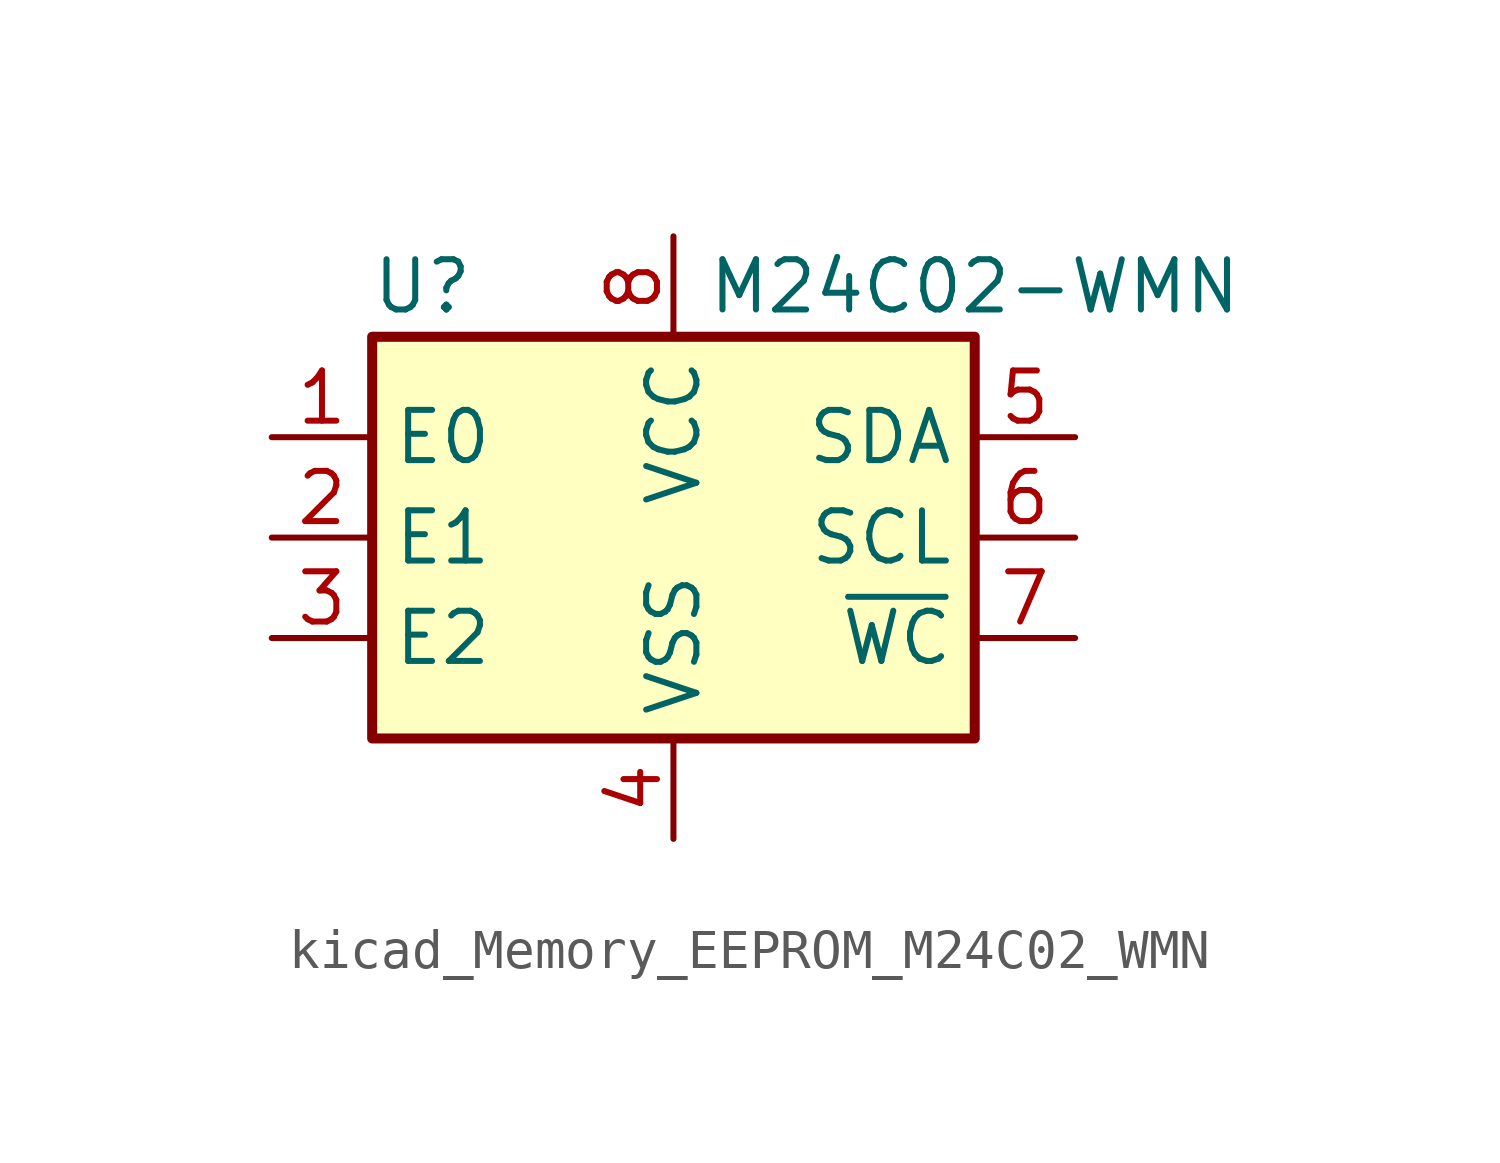
<source format=kicad_sym>
(kicad_symbol_lib
  (version 20220914)
  (generator kicad_symbol_editor)
  (symbol "kicad_Memory_EEPROM_M24C02_WMN"
    (property "Reference" "U"
      (at -6.35 6.35 0)
      (effects (font (size 1.27 1.27))))
    (property "Value" "M24C02-WMN"
      (at 7.62 6.35 0)
      (effects (font (size 1.27 1.27))))
    (symbol "kicad_Memory_EEPROM_M24C02_WMN_0_1"
      (rectangle (start -7.62 5.08) (end 7.62 -5.08) (stroke (width 0.254) (type default)) (fill (type background))))
    (symbol "kicad_Memory_EEPROM_M24C02_WMN_1_1"
      (pin input line (at -10.16 2.54 0) (length 2.54) (name "E0" (effects (font (size 1.27 1.27)))) (number "1" (effects (font (size 1.27 1.27)))))
      (pin input line (at -10.16 0 0) (length 2.54) (name "E1" (effects (font (size 1.27 1.27)))) (number "2" (effects (font (size 1.27 1.27)))))
      (pin input line (at -10.16 -2.54 0) (length 2.54) (name "E2" (effects (font (size 1.27 1.27)))) (number "3" (effects (font (size 1.27 1.27)))))
      (pin power_in line (at 0 -7.62 90) (length 2.54) (name "VSS" (effects (font (size 1.27 1.27)))) (number "4" (effects (font (size 1.27 1.27)))))
      (pin bidirectional line (at 10.16 2.54 180) (length 2.54) (name "SDA" (effects (font (size 1.27 1.27)))) (number "5" (effects (font (size 1.27 1.27)))))
      (pin input line (at 10.16 0 180) (length 2.54) (name "SCL" (effects (font (size 1.27 1.27)))) (number "6" (effects (font (size 1.27 1.27)))))
      (pin input line (at 10.16 -2.54 180) (length 2.54) (name "~{WC}" (effects (font (size 1.27 1.27)))) (number "7" (effects (font (size 1.27 1.27)))))
      (pin power_in line (at 0 7.62 270) (length 2.54) (name "VCC" (effects (font (size 1.27 1.27)))) (number "8" (effects (font (size 1.27 1.27))))))))
</source>
